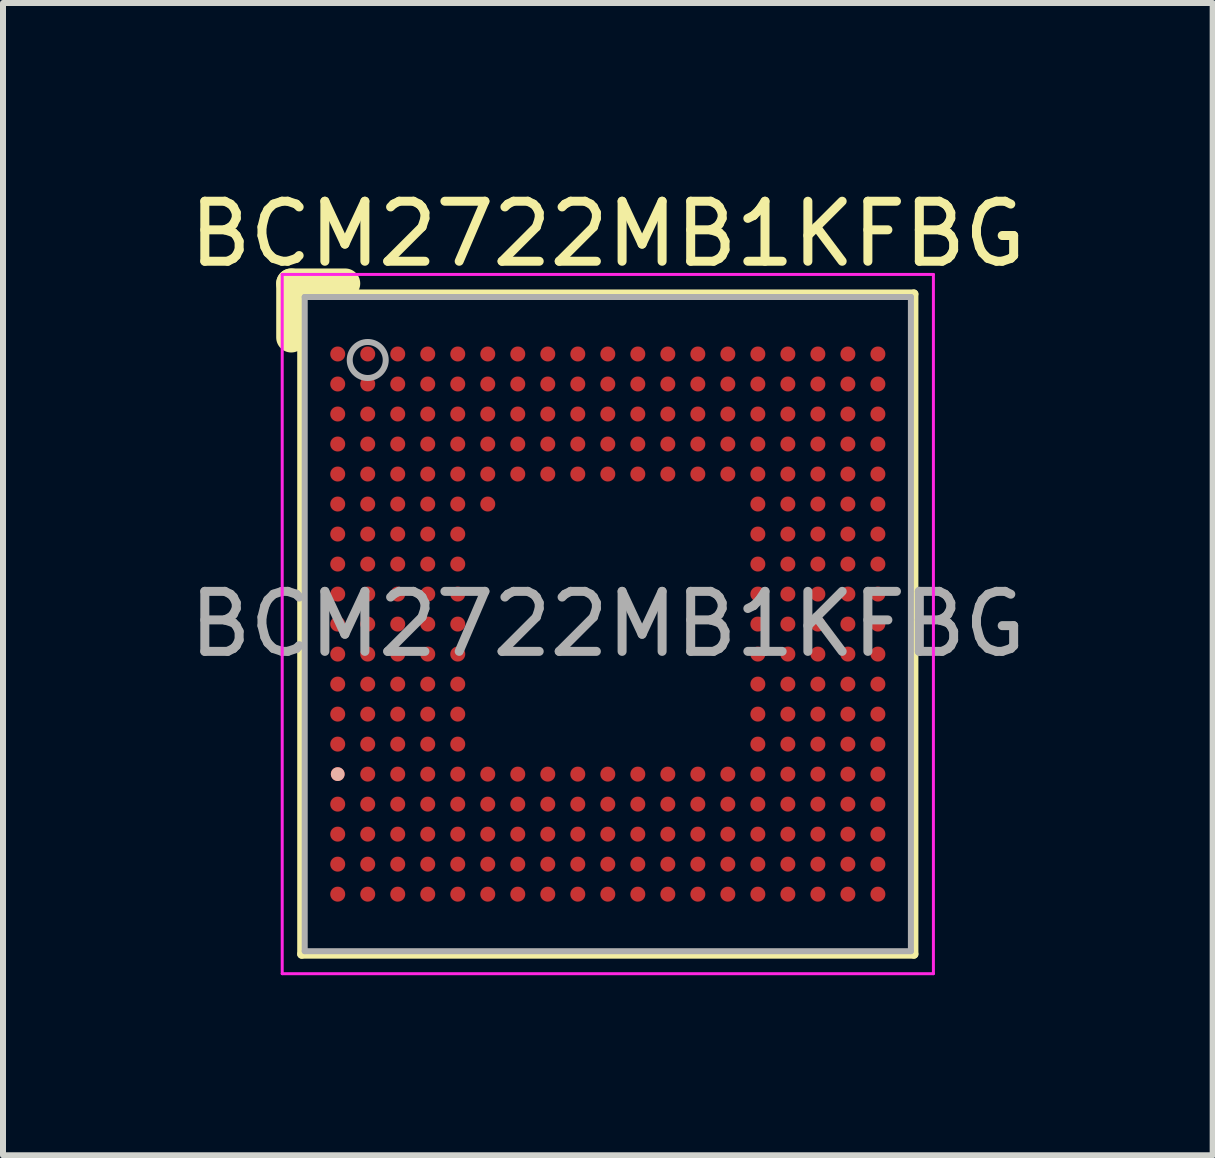
<source format=kicad_pcb>
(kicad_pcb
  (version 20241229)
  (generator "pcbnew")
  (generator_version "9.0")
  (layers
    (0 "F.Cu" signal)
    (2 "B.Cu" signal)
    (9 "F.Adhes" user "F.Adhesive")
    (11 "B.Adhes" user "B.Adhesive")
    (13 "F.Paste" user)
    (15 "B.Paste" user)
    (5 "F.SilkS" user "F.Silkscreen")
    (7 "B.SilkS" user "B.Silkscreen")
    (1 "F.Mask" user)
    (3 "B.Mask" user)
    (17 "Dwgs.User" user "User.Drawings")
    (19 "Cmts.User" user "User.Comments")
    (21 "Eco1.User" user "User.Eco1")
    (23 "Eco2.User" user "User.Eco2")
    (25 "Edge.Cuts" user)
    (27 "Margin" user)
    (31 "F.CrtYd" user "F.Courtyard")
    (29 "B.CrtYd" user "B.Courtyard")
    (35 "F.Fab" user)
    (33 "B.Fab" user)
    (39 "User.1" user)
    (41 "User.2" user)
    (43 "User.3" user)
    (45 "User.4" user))
  (footprint "BCM2722MB1KFBG"
    (layer "F.Cu")
    (at 7.077 7.348)
    (property "Reference" "BCM2722MB1KFBG" (at 0 -6.5 0) (layer "F.SilkS") (effects (font (size 1 1) (thickness 0.15))))
    (attr smd)
    (fp_line (start -5.275 -4.775) (end -5.275 -5.675) (stroke (width 0.5) (type solid)) (layer "F.SilkS"))
    (fp_line (start -5.1 -5.5) (end 5.1 -5.5) (stroke (width 0.15) (type solid)) (layer "F.SilkS"))
    (fp_line (start -5.1 5.5) (end -5.1 -5.5) (stroke (width 0.15) (type solid)) (layer "F.SilkS"))
    (fp_line (start -4.375 -5.675) (end -5.275 -5.675) (stroke (width 0.5) (type solid)) (layer "F.SilkS"))
    (fp_line (start 5.1 -5.5) (end 5.1 5.5) (stroke (width 0.15) (type solid)) (layer "F.SilkS"))
    (fp_line (start 5.1 5.5) (end -5.1 5.5) (stroke (width 0.15) (type solid)) (layer "F.SilkS"))
    (fp_line (start -5.425 -5.825) (end -5.425 5.825) (stroke (width 0.05) (type solid)) (layer "F.CrtYd"))
    (fp_line (start -5.425 5.825) (end 5.425 5.825) (stroke (width 0.05) (type solid)) (layer "F.CrtYd"))
    (fp_line (start 5.425 -5.825) (end -5.425 -5.825) (stroke (width 0.05) (type solid)) (layer "F.CrtYd"))
    (fp_line (start 5.425 5.825) (end 5.425 -5.825) (stroke (width 0.05) (type solid)) (layer "F.CrtYd"))
    (fp_line (start -5.05 -5.45) (end 5.05 -5.45) (stroke (width 0.1) (type solid)) (layer "F.Fab"))
    (fp_line (start -5.05 5.45) (end -5.05 -5.45) (stroke (width 0.1) (type solid)) (layer "F.Fab"))
    (fp_line (start 5.05 -5.45) (end 5.05 5.45) (stroke (width 0.1) (type solid)) (layer "F.Fab"))
    (fp_line (start 5.05 5.45) (end -5.05 5.45) (stroke (width 0.1) (type solid)) (layer "F.Fab"))
    (fp_circle (center -4 -4.4) (end -3.7 -4.4) (stroke (width 0.1) (type default)) (fill no) (layer "F.Fab"))
    (fp_text user "${REFERENCE}" (at 0 0 0) (layer "F.Fab") (effects (font (size 1 1) (thickness 0.15))))
    (pad "A1" smd circle (at -4.5 -4.5) (size 0.25 0.25) (layers "F.Cu" "F.Mask" "F.Paste"))
    (pad "A2" smd circle (at -4 -4.5) (size 0.25 0.25) (layers "F.Cu" "F.Mask" "F.Paste"))
    (pad "A3" smd circle (at -3.5 -4.5) (size 0.25 0.25) (layers "F.Cu" "F.Mask" "F.Paste"))
    (pad "A4" smd circle (at -3 -4.5) (size 0.25 0.25) (layers "F.Cu" "F.Mask" "F.Paste"))
    (pad "A5" smd circle (at -2.5 -4.5) (size 0.25 0.25) (layers "F.Cu" "F.Mask" "F.Paste"))
    (pad "A6" smd circle (at -2 -4.5) (size 0.25 0.25) (layers "F.Cu" "F.Mask" "F.Paste"))
    (pad "A7" smd circle (at -1.5 -4.5) (size 0.25 0.25) (layers "F.Cu" "F.Mask" "F.Paste"))
    (pad "A8" smd circle (at -1 -4.5) (size 0.25 0.25) (layers "F.Cu" "F.Mask" "F.Paste"))
    (pad "A9" smd circle (at -0.5 -4.5) (size 0.25 0.25) (layers "F.Cu" "F.Mask" "F.Paste"))
    (pad "A10" smd circle (at 0 -4.5) (size 0.25 0.25) (layers "F.Cu" "F.Mask" "F.Paste"))
    (pad "A11" smd circle (at 0.5 -4.5) (size 0.25 0.25) (layers "F.Cu" "F.Mask" "F.Paste"))
    (pad "A12" smd circle (at 1 -4.5) (size 0.25 0.25) (layers "F.Cu" "F.Mask" "F.Paste"))
    (pad "A13" smd circle (at 1.5 -4.5) (size 0.25 0.25) (layers "F.Cu" "F.Mask" "F.Paste"))
    (pad "A14" smd circle (at 2 -4.5) (size 0.25 0.25) (layers "F.Cu" "F.Mask" "F.Paste"))
    (pad "A15" smd circle (at 2.5 -4.5) (size 0.25 0.25) (layers "F.Cu" "F.Mask" "F.Paste"))
    (pad "A16" smd circle (at 3 -4.5) (size 0.25 0.25) (layers "F.Cu" "F.Mask" "F.Paste"))
    (pad "A17" smd circle (at 3.5 -4.5) (size 0.25 0.25) (layers "F.Cu" "F.Mask" "F.Paste"))
    (pad "A18" smd circle (at 4 -4.5) (size 0.25 0.25) (layers "F.Cu" "F.Mask" "F.Paste"))
    (pad "A19" smd circle (at 4.5 -4.5) (size 0.25 0.25) (layers "F.Cu" "F.Mask" "F.Paste"))
    (pad "B1" smd circle (at -4.5 -4) (size 0.25 0.25) (layers "F.Cu" "F.Mask" "F.Paste"))
    (pad "B2" smd circle (at -4 -4) (size 0.25 0.25) (layers "F.Cu" "F.Mask" "F.Paste"))
    (pad "B3" smd circle (at -3.5 -4) (size 0.25 0.25) (layers "F.Cu" "F.Mask" "F.Paste"))
    (pad "B4" smd circle (at -3 -4) (size 0.25 0.25) (layers "F.Cu" "F.Mask" "F.Paste"))
    (pad "B5" smd circle (at -2.5 -4) (size 0.25 0.25) (layers "F.Cu" "F.Mask" "F.Paste"))
    (pad "B6" smd circle (at -2 -4) (size 0.25 0.25) (layers "F.Cu" "F.Mask" "F.Paste"))
    (pad "B7" smd circle (at -1.5 -4) (size 0.25 0.25) (layers "F.Cu" "F.Mask" "F.Paste"))
    (pad "B8" smd circle (at -1 -4) (size 0.25 0.25) (layers "F.Cu" "F.Mask" "F.Paste"))
    (pad "B9" smd circle (at -0.5 -4) (size 0.25 0.25) (layers "F.Cu" "F.Mask" "F.Paste"))
    (pad "B10" smd circle (at 0 -4) (size 0.25 0.25) (layers "F.Cu" "F.Mask" "F.Paste"))
    (pad "B11" smd circle (at 0.5 -4) (size 0.25 0.25) (layers "F.Cu" "F.Mask" "F.Paste"))
    (pad "B12" smd circle (at 1 -4) (size 0.25 0.25) (layers "F.Cu" "F.Mask" "F.Paste"))
    (pad "B13" smd circle (at 1.5 -4) (size 0.25 0.25) (layers "F.Cu" "F.Mask" "F.Paste"))
    (pad "B14" smd circle (at 2 -4) (size 0.25 0.25) (layers "F.Cu" "F.Mask" "F.Paste"))
    (pad "B15" smd circle (at 2.5 -4) (size 0.25 0.25) (layers "F.Cu" "F.Mask" "F.Paste"))
    (pad "B16" smd circle (at 3 -4) (size 0.25 0.25) (layers "F.Cu" "F.Mask" "F.Paste"))
    (pad "B17" smd circle (at 3.5 -4) (size 0.25 0.25) (layers "F.Cu" "F.Mask" "F.Paste"))
    (pad "B18" smd circle (at 4 -4) (size 0.25 0.25) (layers "F.Cu" "F.Mask" "F.Paste"))
    (pad "B19" smd circle (at 4.5 -4) (size 0.25 0.25) (layers "F.Cu" "F.Mask" "F.Paste"))
    (pad "C1" smd circle (at -4.5 -3.5) (size 0.25 0.25) (layers "F.Cu" "F.Mask" "F.Paste"))
    (pad "C2" smd circle (at -4 -3.5) (size 0.25 0.25) (layers "F.Cu" "F.Mask" "F.Paste"))
    (pad "C3" smd circle (at -3.5 -3.5) (size 0.25 0.25) (layers "F.Cu" "F.Mask" "F.Paste"))
    (pad "C4" smd circle (at -3 -3.5) (size 0.25 0.25) (layers "F.Cu" "F.Mask" "F.Paste"))
    (pad "C5" smd circle (at -2.5 -3.5) (size 0.25 0.25) (layers "F.Cu" "F.Mask" "F.Paste"))
    (pad "C6" smd circle (at -2 -3.5) (size 0.25 0.25) (layers "F.Cu" "F.Mask" "F.Paste"))
    (pad "C7" smd circle (at -1.5 -3.5) (size 0.25 0.25) (layers "F.Cu" "F.Mask" "F.Paste"))
    (pad "C8" smd circle (at -1 -3.5) (size 0.25 0.25) (layers "F.Cu" "F.Mask" "F.Paste"))
    (pad "C9" smd circle (at -0.5 -3.5) (size 0.25 0.25) (layers "F.Cu" "F.Mask" "F.Paste"))
    (pad "C10" smd circle (at 0 -3.5) (size 0.25 0.25) (layers "F.Cu" "F.Mask" "F.Paste"))
    (pad "C11" smd circle (at 0.5 -3.5) (size 0.25 0.25) (layers "F.Cu" "F.Mask" "F.Paste"))
    (pad "C12" smd circle (at 1 -3.5) (size 0.25 0.25) (layers "F.Cu" "F.Mask" "F.Paste"))
    (pad "C13" smd circle (at 1.5 -3.5) (size 0.25 0.25) (layers "F.Cu" "F.Mask" "F.Paste"))
    (pad "C14" smd circle (at 2 -3.5) (size 0.25 0.25) (layers "F.Cu" "F.Mask" "F.Paste"))
    (pad "C15" smd circle (at 2.5 -3.5) (size 0.25 0.25) (layers "F.Cu" "F.Mask" "F.Paste"))
    (pad "C16" smd circle (at 3 -3.5) (size 0.25 0.25) (layers "F.Cu" "F.Mask" "F.Paste"))
    (pad "C17" smd circle (at 3.5 -3.5) (size 0.25 0.25) (layers "F.Cu" "F.Mask" "F.Paste"))
    (pad "C18" smd circle (at 4 -3.5) (size 0.25 0.25) (layers "F.Cu" "F.Mask" "F.Paste"))
    (pad "C19" smd circle (at 4.5 -3.5) (size 0.25 0.25) (layers "F.Cu" "F.Mask" "F.Paste"))
    (pad "D1" smd circle (at -4.5 -3) (size 0.25 0.25) (layers "F.Cu" "F.Mask" "F.Paste"))
    (pad "D2" smd circle (at -4 -3) (size 0.25 0.25) (layers "F.Cu" "F.Mask" "F.Paste"))
    (pad "D3" smd circle (at -3.5 -3) (size 0.25 0.25) (layers "F.Cu" "F.Mask" "F.Paste"))
    (pad "D4" smd circle (at -3 -3) (size 0.25 0.25) (layers "F.Cu" "F.Mask" "F.Paste"))
    (pad "D5" smd circle (at -2.5 -3) (size 0.25 0.25) (layers "F.Cu" "F.Mask" "F.Paste"))
    (pad "D6" smd circle (at -2 -3) (size 0.25 0.25) (layers "F.Cu" "F.Mask" "F.Paste"))
    (pad "D7" smd circle (at -1.5 -3) (size 0.25 0.25) (layers "F.Cu" "F.Mask" "F.Paste"))
    (pad "D8" smd circle (at -1 -3) (size 0.25 0.25) (layers "F.Cu" "F.Mask" "F.Paste"))
    (pad "D9" smd circle (at -0.5 -3) (size 0.25 0.25) (layers "F.Cu" "F.Mask" "F.Paste"))
    (pad "D10" smd circle (at 0 -3) (size 0.25 0.25) (layers "F.Cu" "F.Mask" "F.Paste"))
    (pad "D11" smd circle (at 0.5 -3) (size 0.25 0.25) (layers "F.Cu" "F.Mask" "F.Paste"))
    (pad "D12" smd circle (at 1 -3) (size 0.25 0.25) (layers "F.Cu" "F.Mask" "F.Paste"))
    (pad "D13" smd circle (at 1.5 -3) (size 0.25 0.25) (layers "F.Cu" "F.Mask" "F.Paste"))
    (pad "D14" smd circle (at 2 -3) (size 0.25 0.25) (layers "F.Cu" "F.Mask" "F.Paste"))
    (pad "D15" smd circle (at 2.5 -3) (size 0.25 0.25) (layers "F.Cu" "F.Mask" "F.Paste"))
    (pad "D16" smd circle (at 3 -3) (size 0.25 0.25) (layers "F.Cu" "F.Mask" "F.Paste"))
    (pad "D17" smd circle (at 3.5 -3) (size 0.25 0.25) (layers "F.Cu" "F.Mask" "F.Paste"))
    (pad "D18" smd circle (at 4 -3) (size 0.25 0.25) (layers "F.Cu" "F.Mask" "F.Paste"))
    (pad "D19" smd circle (at 4.5 -3) (size 0.25 0.25) (layers "F.Cu" "F.Mask" "F.Paste"))
    (pad "E1" smd circle (at -4.5 -2.5) (size 0.25 0.25) (layers "F.Cu" "F.Mask" "F.Paste"))
    (pad "E2" smd circle (at -4 -2.5) (size 0.25 0.25) (layers "F.Cu" "F.Mask" "F.Paste"))
    (pad "E3" smd circle (at -3.5 -2.5) (size 0.25 0.25) (layers "F.Cu" "F.Mask" "F.Paste"))
    (pad "E4" smd circle (at -3 -2.5) (size 0.25 0.25) (layers "F.Cu" "F.Mask" "F.Paste"))
    (pad "E5" smd circle (at -2.5 -2.5) (size 0.25 0.25) (layers "F.Cu" "F.Mask" "F.Paste"))
    (pad "E6" smd circle (at -2 -2.5) (size 0.25 0.25) (layers "F.Cu" "F.Mask" "F.Paste"))
    (pad "E7" smd circle (at -1.5 -2.5) (size 0.25 0.25) (layers "F.Cu" "F.Mask" "F.Paste"))
    (pad "E8" smd circle (at -1 -2.5) (size 0.25 0.25) (layers "F.Cu" "F.Mask" "F.Paste"))
    (pad "E9" smd circle (at -0.5 -2.5) (size 0.25 0.25) (layers "F.Cu" "F.Mask" "F.Paste"))
    (pad "E10" smd circle (at 0 -2.5) (size 0.25 0.25) (layers "F.Cu" "F.Mask" "F.Paste"))
    (pad "E11" smd circle (at 0.5 -2.5) (size 0.25 0.25) (layers "F.Cu" "F.Mask" "F.Paste"))
    (pad "E12" smd circle (at 1 -2.5) (size 0.25 0.25) (layers "F.Cu" "F.Mask" "F.Paste"))
    (pad "E13" smd circle (at 1.5 -2.5) (size 0.25 0.25) (layers "F.Cu" "F.Mask" "F.Paste"))
    (pad "E14" smd circle (at 2 -2.5) (size 0.25 0.25) (layers "F.Cu" "F.Mask" "F.Paste"))
    (pad "E15" smd circle (at 2.5 -2.5) (size 0.25 0.25) (layers "F.Cu" "F.Mask" "F.Paste"))
    (pad "E16" smd circle (at 3 -2.5) (size 0.25 0.25) (layers "F.Cu" "F.Mask" "F.Paste"))
    (pad "E17" smd circle (at 3.5 -2.5) (size 0.25 0.25) (layers "F.Cu" "F.Mask" "F.Paste"))
    (pad "E18" smd circle (at 4 -2.5) (size 0.25 0.25) (layers "F.Cu" "F.Mask" "F.Paste"))
    (pad "E19" smd circle (at 4.5 -2.5) (size 0.25 0.25) (layers "F.Cu" "F.Mask" "F.Paste"))
    (pad "F1" smd circle (at -4.5 -2) (size 0.25 0.25) (layers "F.Cu" "F.Mask" "F.Paste"))
    (pad "F2" smd circle (at -4 -2) (size 0.25 0.25) (layers "F.Cu" "F.Mask" "F.Paste"))
    (pad "F3" smd circle (at -3.5 -2) (size 0.25 0.25) (layers "F.Cu" "F.Mask" "F.Paste"))
    (pad "F4" smd circle (at -3 -2) (size 0.25 0.25) (layers "F.Cu" "F.Mask" "F.Paste"))
    (pad "F5" smd circle (at -2.5 -2) (size 0.25 0.25) (layers "F.Cu" "F.Mask" "F.Paste"))
    (pad "F6" smd circle (at -2 -2) (size 0.25 0.25) (layers "F.Cu" "F.Mask" "F.Paste"))
    (pad "F15" smd circle (at 2.5 -2) (size 0.25 0.25) (layers "F.Cu" "F.Mask" "F.Paste"))
    (pad "F16" smd circle (at 3 -2) (size 0.25 0.25) (layers "F.Cu" "F.Mask" "F.Paste"))
    (pad "F17" smd circle (at 3.5 -2) (size 0.25 0.25) (layers "F.Cu" "F.Mask" "F.Paste"))
    (pad "F18" smd circle (at 4 -2) (size 0.25 0.25) (layers "F.Cu" "F.Mask" "F.Paste"))
    (pad "F19" smd circle (at 4.5 -2) (size 0.25 0.25) (layers "F.Cu" "F.Mask" "F.Paste"))
    (pad "G1" smd circle (at -4.5 -1.5) (size 0.25 0.25) (layers "F.Cu" "F.Mask" "F.Paste"))
    (pad "G2" smd circle (at -4 -1.5) (size 0.25 0.25) (layers "F.Cu" "F.Mask" "F.Paste"))
    (pad "G3" smd circle (at -3.5 -1.5) (size 0.25 0.25) (layers "F.Cu" "F.Mask" "F.Paste"))
    (pad "G4" smd circle (at -3 -1.5) (size 0.25 0.25) (layers "F.Cu" "F.Mask" "F.Paste"))
    (pad "G5" smd circle (at -2.5 -1.5) (size 0.25 0.25) (layers "F.Cu" "F.Mask" "F.Paste"))
    (pad "G15" smd circle (at 2.5 -1.5) (size 0.25 0.25) (layers "F.Cu" "F.Mask" "F.Paste"))
    (pad "G16" smd circle (at 3 -1.5) (size 0.25 0.25) (layers "F.Cu" "F.Mask" "F.Paste"))
    (pad "G17" smd circle (at 3.5 -1.5) (size 0.25 0.25) (layers "F.Cu" "F.Mask" "F.Paste"))
    (pad "G18" smd circle (at 4 -1.5) (size 0.25 0.25) (layers "F.Cu" "F.Mask" "F.Paste"))
    (pad "G19" smd circle (at 4.5 -1.5) (size 0.25 0.25) (layers "F.Cu" "F.Mask" "F.Paste"))
    (pad "H1" smd circle (at -4.5 -1) (size 0.25 0.25) (layers "F.Cu" "F.Mask" "F.Paste"))
    (pad "H2" smd circle (at -4 -1) (size 0.25 0.25) (layers "F.Cu" "F.Mask" "F.Paste"))
    (pad "H3" smd circle (at -3.5 -1) (size 0.25 0.25) (layers "F.Cu" "F.Mask" "F.Paste"))
    (pad "H4" smd circle (at -3 -1) (size 0.25 0.25) (layers "F.Cu" "F.Mask" "F.Paste"))
    (pad "H5" smd circle (at -2.5 -1) (size 0.25 0.25) (layers "F.Cu" "F.Mask" "F.Paste"))
    (pad "H15" smd circle (at 2.5 -1) (size 0.25 0.25) (layers "F.Cu" "F.Mask" "F.Paste"))
    (pad "H16" smd circle (at 3 -1) (size 0.25 0.25) (layers "F.Cu" "F.Mask" "F.Paste"))
    (pad "H17" smd circle (at 3.5 -1) (size 0.25 0.25) (layers "F.Cu" "F.Mask" "F.Paste"))
    (pad "H18" smd circle (at 4 -1) (size 0.25 0.25) (layers "F.Cu" "F.Mask" "F.Paste"))
    (pad "H19" smd circle (at 4.5 -1) (size 0.25 0.25) (layers "F.Cu" "F.Mask" "F.Paste"))
    (pad "J1" smd circle (at -4.5 -0.5) (size 0.25 0.25) (layers "F.Cu" "F.Mask" "F.Paste"))
    (pad "J2" smd circle (at -4 -0.5) (size 0.25 0.25) (layers "F.Cu" "F.Mask" "F.Paste"))
    (pad "J3" smd circle (at -3.5 -0.5) (size 0.25 0.25) (layers "F.Cu" "F.Mask" "F.Paste"))
    (pad "J4" smd circle (at -3 -0.5) (size 0.25 0.25) (layers "F.Cu" "F.Mask" "F.Paste"))
    (pad "J5" smd circle (at -2.5 -0.5) (size 0.25 0.25) (layers "F.Cu" "F.Mask" "F.Paste"))
    (pad "J15" smd circle (at 2.5 -0.5) (size 0.25 0.25) (layers "F.Cu" "F.Mask" "F.Paste"))
    (pad "J16" smd circle (at 3 -0.5) (size 0.25 0.25) (layers "F.Cu" "F.Mask" "F.Paste"))
    (pad "J17" smd circle (at 3.5 -0.5) (size 0.25 0.25) (layers "F.Cu" "F.Mask" "F.Paste"))
    (pad "J18" smd circle (at 4 -0.5) (size 0.25 0.25) (layers "F.Cu" "F.Mask" "F.Paste"))
    (pad "J19" smd circle (at 4.5 -0.5) (size 0.25 0.25) (layers "F.Cu" "F.Mask" "F.Paste"))
    (pad "K1" smd circle (at -4.5 0) (size 0.25 0.25) (layers "F.Cu" "F.Mask" "F.Paste"))
    (pad "K2" smd circle (at -4 0) (size 0.25 0.25) (layers "F.Cu" "F.Mask" "F.Paste"))
    (pad "K3" smd circle (at -3.5 0) (size 0.25 0.25) (layers "F.Cu" "F.Mask" "F.Paste"))
    (pad "K4" smd circle (at -3 0) (size 0.25 0.25) (layers "F.Cu" "F.Mask" "F.Paste"))
    (pad "K5" smd circle (at -2.5 0) (size 0.25 0.25) (layers "F.Cu" "F.Mask" "F.Paste"))
    (pad "K15" smd circle (at 2.5 0) (size 0.25 0.25) (layers "F.Cu" "F.Mask" "F.Paste"))
    (pad "K16" smd circle (at 3 0) (size 0.25 0.25) (layers "F.Cu" "F.Mask" "F.Paste"))
    (pad "K17" smd circle (at 3.5 0) (size 0.25 0.25) (layers "F.Cu" "F.Mask" "F.Paste"))
    (pad "K18" smd circle (at 4 0) (size 0.25 0.25) (layers "F.Cu" "F.Mask" "F.Paste"))
    (pad "K19" smd circle (at 4.5 0) (size 0.25 0.25) (layers "F.Cu" "F.Mask" "F.Paste"))
    (pad "L1" smd circle (at -4.5 0.5) (size 0.25 0.25) (layers "F.Cu" "F.Mask" "F.Paste"))
    (pad "L2" smd circle (at -4 0.5) (size 0.25 0.25) (layers "F.Cu" "F.Mask" "F.Paste"))
    (pad "L3" smd circle (at -3.5 0.5) (size 0.25 0.25) (layers "F.Cu" "F.Mask" "F.Paste"))
    (pad "L4" smd circle (at -3 0.5) (size 0.25 0.25) (layers "F.Cu" "F.Mask" "F.Paste"))
    (pad "L5" smd circle (at -2.5 0.5) (size 0.25 0.25) (layers "F.Cu" "F.Mask" "F.Paste"))
    (pad "L15" smd circle (at 2.5 0.5) (size 0.25 0.25) (layers "F.Cu" "F.Mask" "F.Paste"))
    (pad "L16" smd circle (at 3 0.5) (size 0.25 0.25) (layers "F.Cu" "F.Mask" "F.Paste"))
    (pad "L17" smd circle (at 3.5 0.5) (size 0.25 0.25) (layers "F.Cu" "F.Mask" "F.Paste"))
    (pad "L18" smd circle (at 4 0.5) (size 0.25 0.25) (layers "F.Cu" "F.Mask" "F.Paste"))
    (pad "L19" smd circle (at 4.5 0.5) (size 0.25 0.25) (layers "F.Cu" "F.Mask" "F.Paste"))
    (pad "M1" smd circle (at -4.5 1) (size 0.25 0.25) (layers "F.Cu" "F.Mask" "F.Paste"))
    (pad "M2" smd circle (at -4 1) (size 0.25 0.25) (layers "F.Cu" "F.Mask" "F.Paste"))
    (pad "M3" smd circle (at -3.5 1) (size 0.25 0.25) (layers "F.Cu" "F.Mask" "F.Paste"))
    (pad "M4" smd circle (at -3 1) (size 0.25 0.25) (layers "F.Cu" "F.Mask" "F.Paste"))
    (pad "M5" smd circle (at -2.5 1) (size 0.25 0.25) (layers "F.Cu" "F.Mask" "F.Paste"))
    (pad "M15" smd circle (at 2.5 1) (size 0.25 0.25) (layers "F.Cu" "F.Mask" "F.Paste"))
    (pad "M16" smd circle (at 3 1) (size 0.25 0.25) (layers "F.Cu" "F.Mask" "F.Paste"))
    (pad "M17" smd circle (at 3.5 1) (size 0.25 0.25) (layers "F.Cu" "F.Mask" "F.Paste"))
    (pad "M18" smd circle (at 4 1) (size 0.25 0.25) (layers "F.Cu" "F.Mask" "F.Paste"))
    (pad "M19" smd circle (at 4.5 1) (size 0.25 0.25) (layers "F.Cu" "F.Mask" "F.Paste"))
    (pad "N1" smd circle (at -4.5 1.5) (size 0.25 0.25) (layers "F.Cu" "F.Mask" "F.Paste"))
    (pad "N2" smd circle (at -4 1.5) (size 0.25 0.25) (layers "F.Cu" "F.Mask" "F.Paste"))
    (pad "N3" smd circle (at -3.5 1.5) (size 0.25 0.25) (layers "F.Cu" "F.Mask" "F.Paste"))
    (pad "N4" smd circle (at -3 1.5) (size 0.25 0.25) (layers "F.Cu" "F.Mask" "F.Paste"))
    (pad "N5" smd circle (at -2.5 1.5) (size 0.25 0.25) (layers "F.Cu" "F.Mask" "F.Paste"))
    (pad "N15" smd circle (at 2.5 1.5) (size 0.25 0.25) (layers "F.Cu" "F.Mask" "F.Paste"))
    (pad "N16" smd circle (at 3 1.5) (size 0.25 0.25) (layers "F.Cu" "F.Mask" "F.Paste"))
    (pad "N17" smd circle (at 3.5 1.5) (size 0.25 0.25) (layers "F.Cu" "F.Mask" "F.Paste"))
    (pad "N18" smd circle (at 4 1.5) (size 0.25 0.25) (layers "F.Cu" "F.Mask" "F.Paste"))
    (pad "N19" smd circle (at 4.5 1.5) (size 0.25 0.25) (layers "F.Cu" "F.Mask" "F.Paste"))
    (pad "P1" smd circle (at -4.5 2) (size 0.25 0.25) (layers "F.Cu" "F.Mask" "F.Paste"))
    (pad "P2" smd circle (at -4 2) (size 0.25 0.25) (layers "F.Cu" "F.Mask" "F.Paste"))
    (pad "P3" smd circle (at -3.5 2) (size 0.25 0.25) (layers "F.Cu" "F.Mask" "F.Paste"))
    (pad "P4" smd circle (at -3 2) (size 0.25 0.25) (layers "F.Cu" "F.Mask" "F.Paste"))
    (pad "P5" smd circle (at -2.5 2) (size 0.25 0.25) (layers "F.Cu" "F.Mask" "F.Paste"))
    (pad "P15" smd circle (at 2.5 2) (size 0.25 0.25) (layers "F.Cu" "F.Mask" "F.Paste"))
    (pad "P16" smd circle (at 3 2) (size 0.25 0.25) (layers "F.Cu" "F.Mask" "F.Paste"))
    (pad "P17" smd circle (at 3.5 2) (size 0.25 0.25) (layers "F.Cu" "F.Mask" "F.Paste"))
    (pad "P18" smd circle (at 4 2) (size 0.25 0.25) (layers "F.Cu" "F.Mask" "F.Paste"))
    (pad "P19" smd circle (at 4.5 2) (size 0.25 0.25) (layers "F.Cu" "F.Mask" "F.Paste"))
    (pad "R1" smd circle (at -4.5 2.5) (size 0.23 0.23) (layers "F.Cu" "F.Mask" "B.SilkS" "F.Paste"))
    (pad "R2" smd circle (at -4 2.5) (size 0.25 0.25) (layers "F.Cu" "F.Mask" "F.Paste"))
    (pad "R3" smd circle (at -3.5 2.5) (size 0.25 0.25) (layers "F.Cu" "F.Mask" "F.Paste"))
    (pad "R4" smd circle (at -3 2.5) (size 0.25 0.25) (layers "F.Cu" "F.Mask" "F.Paste"))
    (pad "R5" smd circle (at -2.5 2.5) (size 0.25 0.25) (layers "F.Cu" "F.Mask" "F.Paste"))
    (pad "R6" smd circle (at -2 2.5) (size 0.25 0.25) (layers "F.Cu" "F.Mask" "F.Paste"))
    (pad "R7" smd circle (at -1.5 2.5) (size 0.25 0.25) (layers "F.Cu" "F.Mask" "F.Paste"))
    (pad "R8" smd circle (at -1 2.5) (size 0.25 0.25) (layers "F.Cu" "F.Mask" "F.Paste"))
    (pad "R9" smd circle (at -0.5 2.5) (size 0.25 0.25) (layers "F.Cu" "F.Mask" "F.Paste"))
    (pad "R10" smd circle (at 0 2.5) (size 0.25 0.25) (layers "F.Cu" "F.Mask" "F.Paste"))
    (pad "R11" smd circle (at 0.5 2.5) (size 0.25 0.25) (layers "F.Cu" "F.Mask" "F.Paste"))
    (pad "R12" smd circle (at 1 2.5) (size 0.25 0.25) (layers "F.Cu" "F.Mask" "F.Paste"))
    (pad "R13" smd circle (at 1.5 2.5) (size 0.25 0.25) (layers "F.Cu" "F.Mask" "F.Paste"))
    (pad "R14" smd circle (at 2 2.5) (size 0.25 0.25) (layers "F.Cu" "F.Mask" "F.Paste"))
    (pad "R15" smd circle (at 2.5 2.5) (size 0.25 0.25) (layers "F.Cu" "F.Mask" "F.Paste"))
    (pad "R16" smd circle (at 3 2.5) (size 0.25 0.25) (layers "F.Cu" "F.Mask" "F.Paste"))
    (pad "R17" smd circle (at 3.5 2.5) (size 0.25 0.25) (layers "F.Cu" "F.Mask" "F.Paste"))
    (pad "R18" smd circle (at 4 2.5) (size 0.25 0.25) (layers "F.Cu" "F.Mask" "F.Paste"))
    (pad "R19" smd circle (at 4.5 2.5) (size 0.25 0.25) (layers "F.Cu" "F.Mask" "F.Paste"))
    (pad "T1" smd circle (at -4.5 3) (size 0.25 0.25) (layers "F.Cu" "F.Mask" "F.Paste"))
    (pad "T2" smd circle (at -4 3) (size 0.25 0.25) (layers "F.Cu" "F.Mask" "F.Paste"))
    (pad "T3" smd circle (at -3.5 3) (size 0.25 0.25) (layers "F.Cu" "F.Mask" "F.Paste"))
    (pad "T4" smd circle (at -3 3) (size 0.25 0.25) (layers "F.Cu" "F.Mask" "F.Paste"))
    (pad "T5" smd circle (at -2.5 3) (size 0.25 0.25) (layers "F.Cu" "F.Mask" "F.Paste"))
    (pad "T6" smd circle (at -2 3) (size 0.25 0.25) (layers "F.Cu" "F.Mask" "F.Paste"))
    (pad "T7" smd circle (at -1.5 3) (size 0.25 0.25) (layers "F.Cu" "F.Mask" "F.Paste"))
    (pad "T8" smd circle (at -1 3) (size 0.25 0.25) (layers "F.Cu" "F.Mask" "F.Paste"))
    (pad "T9" smd circle (at -0.5 3) (size 0.25 0.25) (layers "F.Cu" "F.Mask" "F.Paste"))
    (pad "T10" smd circle (at 0 3) (size 0.25 0.25) (layers "F.Cu" "F.Mask" "F.Paste"))
    (pad "T11" smd circle (at 0.5 3) (size 0.25 0.25) (layers "F.Cu" "F.Mask" "F.Paste"))
    (pad "T12" smd circle (at 1 3) (size 0.25 0.25) (layers "F.Cu" "F.Mask" "F.Paste"))
    (pad "T13" smd circle (at 1.5 3) (size 0.25 0.25) (layers "F.Cu" "F.Mask" "F.Paste"))
    (pad "T14" smd circle (at 2 3) (size 0.25 0.25) (layers "F.Cu" "F.Mask" "F.Paste"))
    (pad "T15" smd circle (at 2.5 3) (size 0.25 0.25) (layers "F.Cu" "F.Mask" "F.Paste"))
    (pad "T16" smd circle (at 3 3) (size 0.25 0.25) (layers "F.Cu" "F.Mask" "F.Paste"))
    (pad "T17" smd circle (at 3.5 3) (size 0.25 0.25) (layers "F.Cu" "F.Mask" "F.Paste"))
    (pad "T18" smd circle (at 4 3) (size 0.25 0.25) (layers "F.Cu" "F.Mask" "F.Paste"))
    (pad "T19" smd circle (at 4.5 3) (size 0.25 0.25) (layers "F.Cu" "F.Mask" "F.Paste"))
    (pad "U1" smd circle (at -4.5 3.5) (size 0.25 0.25) (layers "F.Cu" "F.Mask" "F.Paste"))
    (pad "U2" smd circle (at -4 3.5) (size 0.25 0.25) (layers "F.Cu" "F.Mask" "F.Paste"))
    (pad "U3" smd circle (at -3.5 3.5) (size 0.25 0.25) (layers "F.Cu" "F.Mask" "F.Paste"))
    (pad "U4" smd circle (at -3 3.5) (size 0.25 0.25) (layers "F.Cu" "F.Mask" "F.Paste"))
    (pad "U5" smd circle (at -2.5 3.5) (size 0.25 0.25) (layers "F.Cu" "F.Mask" "F.Paste"))
    (pad "U6" smd circle (at -2 3.5) (size 0.25 0.25) (layers "F.Cu" "F.Mask" "F.Paste"))
    (pad "U7" smd circle (at -1.5 3.5) (size 0.25 0.25) (layers "F.Cu" "F.Mask" "F.Paste"))
    (pad "U8" smd circle (at -1 3.5) (size 0.25 0.25) (layers "F.Cu" "F.Mask" "F.Paste"))
    (pad "U9" smd circle (at -0.5 3.5) (size 0.25 0.25) (layers "F.Cu" "F.Mask" "F.Paste"))
    (pad "U10" smd circle (at 0 3.5) (size 0.25 0.25) (layers "F.Cu" "F.Mask" "F.Paste"))
    (pad "U11" smd circle (at 0.5 3.5) (size 0.25 0.25) (layers "F.Cu" "F.Mask" "F.Paste"))
    (pad "U12" smd circle (at 1 3.5) (size 0.25 0.25) (layers "F.Cu" "F.Mask" "F.Paste"))
    (pad "U13" smd circle (at 1.5 3.5) (size 0.25 0.25) (layers "F.Cu" "F.Mask" "F.Paste"))
    (pad "U14" smd circle (at 2 3.5) (size 0.25 0.25) (layers "F.Cu" "F.Mask" "F.Paste"))
    (pad "U15" smd circle (at 2.5 3.5) (size 0.25 0.25) (layers "F.Cu" "F.Mask" "F.Paste"))
    (pad "U16" smd circle (at 3 3.5) (size 0.25 0.25) (layers "F.Cu" "F.Mask" "F.Paste"))
    (pad "U17" smd circle (at 3.5 3.5) (size 0.25 0.25) (layers "F.Cu" "F.Mask" "F.Paste"))
    (pad "U18" smd circle (at 4 3.5) (size 0.25 0.25) (layers "F.Cu" "F.Mask" "F.Paste"))
    (pad "U19" smd circle (at 4.5 3.5) (size 0.25 0.25) (layers "F.Cu" "F.Mask" "F.Paste"))
    (pad "V1" smd circle (at -4.5 4) (size 0.25 0.25) (layers "F.Cu" "F.Mask" "F.Paste"))
    (pad "V2" smd circle (at -4 4) (size 0.25 0.25) (layers "F.Cu" "F.Mask" "F.Paste"))
    (pad "V3" smd circle (at -3.5 4) (size 0.25 0.25) (layers "F.Cu" "F.Mask" "F.Paste"))
    (pad "V4" smd circle (at -3 4) (size 0.25 0.25) (layers "F.Cu" "F.Mask" "F.Paste"))
    (pad "V5" smd circle (at -2.5 4) (size 0.25 0.25) (layers "F.Cu" "F.Mask" "F.Paste"))
    (pad "V6" smd circle (at -2 4) (size 0.25 0.25) (layers "F.Cu" "F.Mask" "F.Paste"))
    (pad "V7" smd circle (at -1.5 4) (size 0.25 0.25) (layers "F.Cu" "F.Mask" "F.Paste"))
    (pad "V8" smd circle (at -1 4) (size 0.25 0.25) (layers "F.Cu" "F.Mask" "F.Paste"))
    (pad "V9" smd circle (at -0.5 4) (size 0.25 0.25) (layers "F.Cu" "F.Mask" "F.Paste"))
    (pad "V10" smd circle (at 0 4) (size 0.25 0.25) (layers "F.Cu" "F.Mask" "F.Paste"))
    (pad "V11" smd circle (at 0.5 4) (size 0.25 0.25) (layers "F.Cu" "F.Mask" "F.Paste"))
    (pad "V12" smd circle (at 1 4) (size 0.25 0.25) (layers "F.Cu" "F.Mask" "F.Paste"))
    (pad "V13" smd circle (at 1.5 4) (size 0.25 0.25) (layers "F.Cu" "F.Mask" "F.Paste"))
    (pad "V14" smd circle (at 2 4) (size 0.25 0.25) (layers "F.Cu" "F.Mask" "F.Paste"))
    (pad "V15" smd circle (at 2.5 4) (size 0.25 0.25) (layers "F.Cu" "F.Mask" "F.Paste"))
    (pad "V16" smd circle (at 3 4) (size 0.25 0.25) (layers "F.Cu" "F.Mask" "F.Paste"))
    (pad "V17" smd circle (at 3.5 4) (size 0.25 0.25) (layers "F.Cu" "F.Mask" "F.Paste"))
    (pad "V18" smd circle (at 4 4) (size 0.25 0.25) (layers "F.Cu" "F.Mask" "F.Paste"))
    (pad "V19" smd circle (at 4.5 4) (size 0.25 0.25) (layers "F.Cu" "F.Mask" "F.Paste"))
    (pad "W1" smd circle (at -4.5 4.5) (size 0.25 0.25) (layers "F.Cu" "F.Mask" "F.Paste"))
    (pad "W2" smd circle (at -4 4.5) (size 0.25 0.25) (layers "F.Cu" "F.Mask" "F.Paste"))
    (pad "W3" smd circle (at -3.5 4.5) (size 0.25 0.25) (layers "F.Cu" "F.Mask" "F.Paste"))
    (pad "W4" smd circle (at -3 4.5) (size 0.25 0.25) (layers "F.Cu" "F.Mask" "F.Paste"))
    (pad "W5" smd circle (at -2.5 4.5) (size 0.25 0.25) (layers "F.Cu" "F.Mask" "F.Paste"))
    (pad "W6" smd circle (at -2 4.5) (size 0.25 0.25) (layers "F.Cu" "F.Mask" "F.Paste"))
    (pad "W7" smd circle (at -1.5 4.5) (size 0.25 0.25) (layers "F.Cu" "F.Mask" "F.Paste"))
    (pad "W8" smd circle (at -1 4.5) (size 0.25 0.25) (layers "F.Cu" "F.Mask" "F.Paste"))
    (pad "W9" smd circle (at -0.5 4.5) (size 0.25 0.25) (layers "F.Cu" "F.Mask" "F.Paste"))
    (pad "W10" smd circle (at 0 4.5) (size 0.25 0.25) (layers "F.Cu" "F.Mask" "F.Paste"))
    (pad "W11" smd circle (at 0.5 4.5) (size 0.25 0.25) (layers "F.Cu" "F.Mask" "F.Paste"))
    (pad "W12" smd circle (at 1 4.5) (size 0.25 0.25) (layers "F.Cu" "F.Mask" "F.Paste"))
    (pad "W13" smd circle (at 1.5 4.5) (size 0.25 0.25) (layers "F.Cu" "F.Mask" "F.Paste"))
    (pad "W14" smd circle (at 2 4.5) (size 0.25 0.25) (layers "F.Cu" "F.Mask" "F.Paste"))
    (pad "W15" smd circle (at 2.5 4.5) (size 0.25 0.25) (layers "F.Cu" "F.Mask" "F.Paste"))
    (pad "W16" smd circle (at 3 4.5) (size 0.25 0.25) (layers "F.Cu" "F.Mask" "F.Paste"))
    (pad "W17" smd circle (at 3.5 4.5) (size 0.25 0.25) (layers "F.Cu" "F.Mask" "F.Paste"))
    (pad "W18" smd circle (at 4 4.5) (size 0.25 0.25) (layers "F.Cu" "F.Mask" "F.Paste"))
    (pad "W19" smd circle (at 4.5 4.5) (size 0.25 0.25) (layers "F.Cu" "F.Mask" "F.Paste")))
  (gr_rect
    (start -3 -3)
    (end 17.155 16.198)
    (stroke (width 0.1) (type default))
    (fill no)
    (layer "Edge.Cuts")))
</source>
